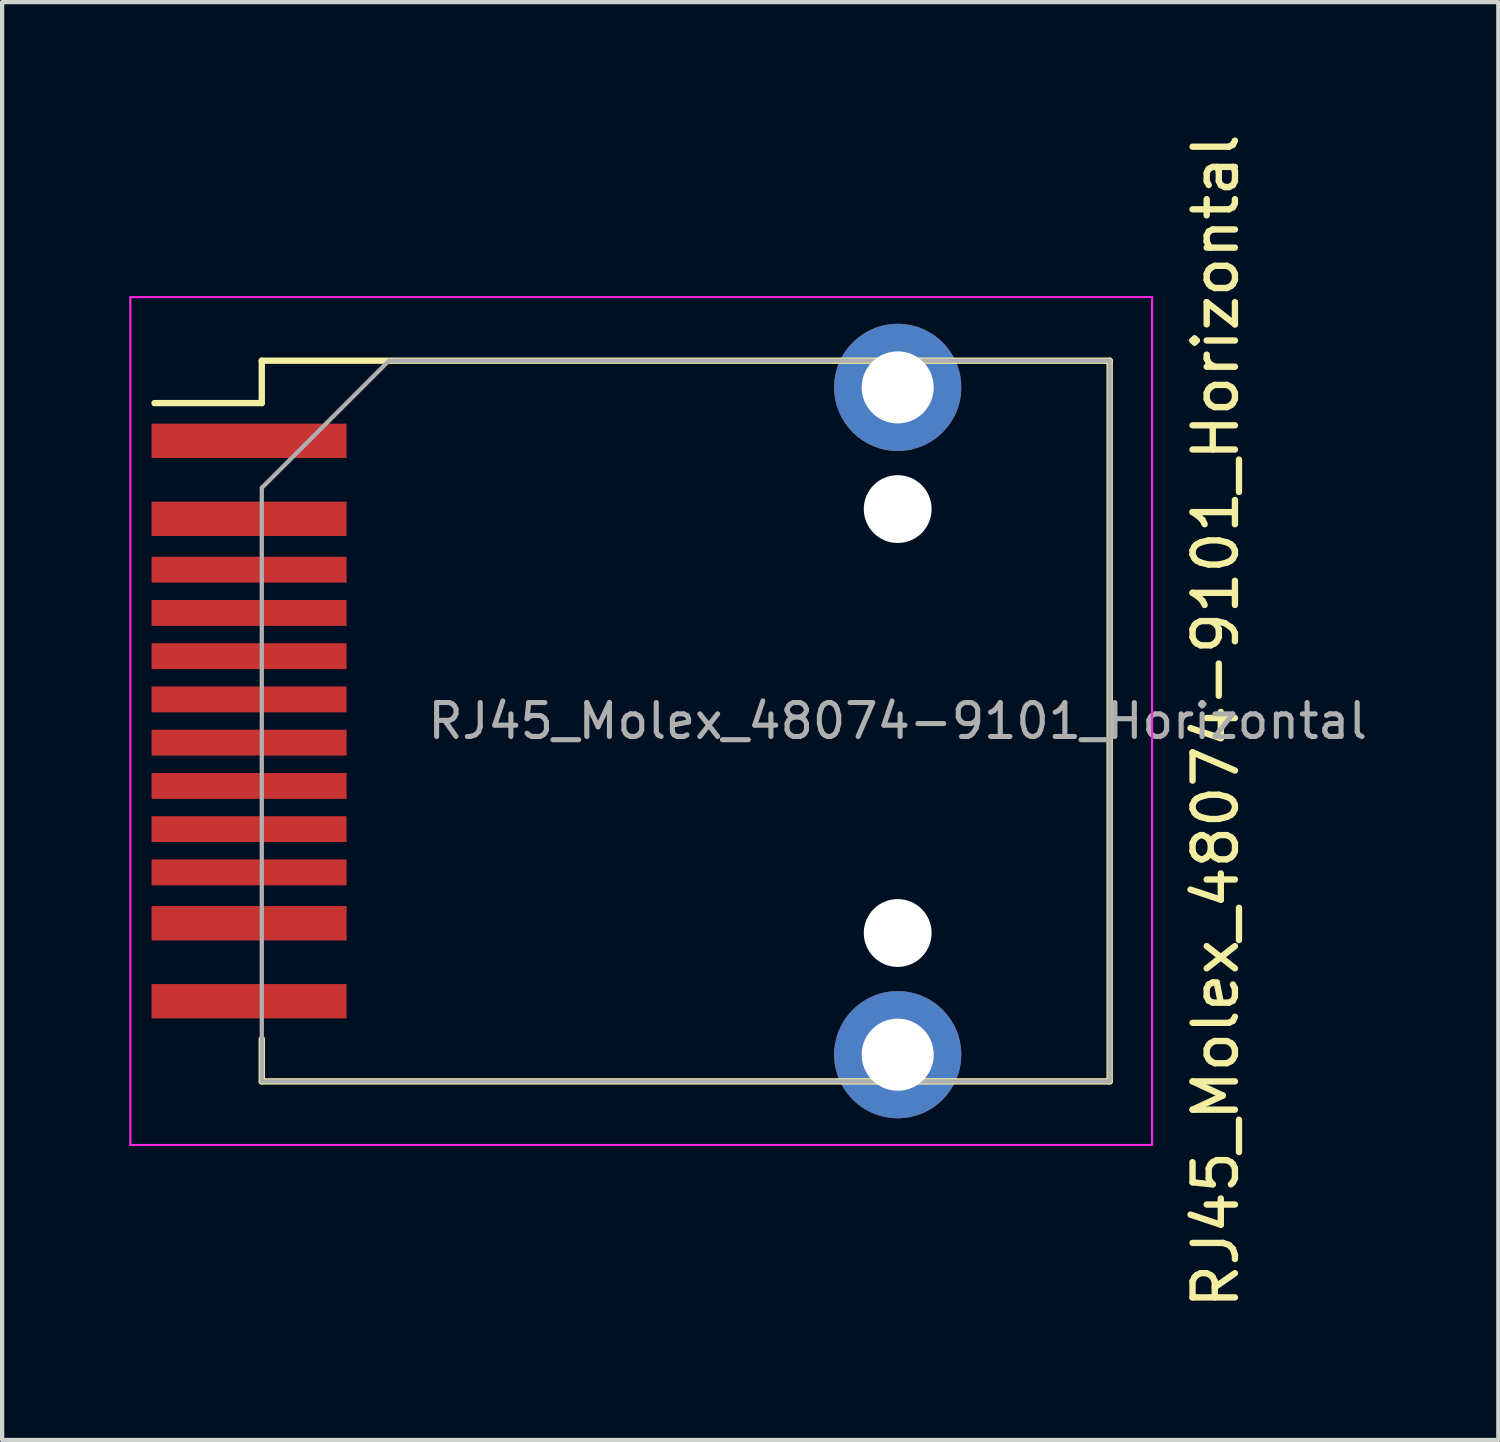
<source format=kicad_pcb>
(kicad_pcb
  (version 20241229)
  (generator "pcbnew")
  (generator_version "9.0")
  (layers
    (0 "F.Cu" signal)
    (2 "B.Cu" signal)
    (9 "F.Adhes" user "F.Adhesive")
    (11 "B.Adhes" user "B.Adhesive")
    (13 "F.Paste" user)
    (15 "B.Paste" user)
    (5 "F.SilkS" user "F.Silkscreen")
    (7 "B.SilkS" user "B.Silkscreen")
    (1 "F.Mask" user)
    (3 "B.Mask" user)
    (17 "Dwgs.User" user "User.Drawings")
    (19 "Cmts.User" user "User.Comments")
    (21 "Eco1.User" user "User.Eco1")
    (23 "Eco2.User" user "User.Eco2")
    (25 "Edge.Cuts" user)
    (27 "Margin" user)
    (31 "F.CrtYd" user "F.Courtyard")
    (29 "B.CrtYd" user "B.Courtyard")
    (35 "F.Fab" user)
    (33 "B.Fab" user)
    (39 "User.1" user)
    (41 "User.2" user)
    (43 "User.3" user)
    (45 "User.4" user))
  (footprint "RJ45_Molex_48074-9101_Horizontal"
    (layer "F.Cu")
    (at 18.125 13.958)
    (property "Reference" "RJ45_Molex_48074-9101_Horizontal" (at 7.5 0 90) (layer "F.SilkS") (effects (font (size 1 1) (thickness 0.15))))
    (attr smd)
    (fp_line (start -15 -8.5) (end -15 -7.5) (stroke (width 0.15) (type solid)) (layer "F.SilkS"))
    (fp_line (start -15 -7.5) (end -17.53 -7.5) (stroke (width 0.15) (type solid)) (layer "F.SilkS"))
    (fp_line (start -15 8.5) (end -15 7.5) (stroke (width 0.15) (type solid)) (layer "F.SilkS"))
    (fp_line (start -15 8.5) (end 5 8.5) (stroke (width 0.15) (type solid)) (layer "F.SilkS"))
    (fp_line (start 5 -8.5) (end -15 -8.5) (stroke (width 0.15) (type solid)) (layer "F.SilkS"))
    (fp_line (start 5 -8.5) (end 5 8.5) (stroke (width 0.15) (type solid)) (layer "F.SilkS"))
    (fp_line (start -18.1 -10) (end -18.1 10) (stroke (width 0.05) (type solid)) (layer "F.CrtYd"))
    (fp_line (start -18.1 -10) (end 6 -10) (stroke (width 0.05) (type solid)) (layer "F.CrtYd"))
    (fp_line (start -18.1 10) (end 6 10) (stroke (width 0.05) (type solid)) (layer "F.CrtYd"))
    (fp_line (start 6 -10) (end 6 10) (stroke (width 0.05) (type solid)) (layer "F.CrtYd"))
    (fp_line (start -15 -5.5) (end -15 8.5) (stroke (width 0.1) (type solid)) (layer "F.Fab"))
    (fp_line (start -15 -5.5) (end -12 -8.5) (stroke (width 0.1) (type solid)) (layer "F.Fab"))
    (fp_line (start -15 8.5) (end 5 8.5) (stroke (width 0.1) (type solid)) (layer "F.Fab"))
    (fp_line (start 5 -8.5) (end -12 -8.5) (stroke (width 0.1) (type solid)) (layer "F.Fab"))
    (fp_line (start 5 8.5) (end 5 -8.5) (stroke (width 0.1) (type solid)) (layer "F.Fab"))
    (fp_text user "${REFERENCE}" (at 0 0 0) (layer "F.Fab") (effects (font (size 0.8 0.8) (thickness 0.12))))
    (pad "" np_thru_hole circle (at 0 -5) (size 1.6 1.6) (drill 1.6) (layers "*.Cu" "*.Mask"))
    (pad "" np_thru_hole circle (at 0 5) (size 1.6 1.6) (drill 1.6) (layers "*.Cu" "*.Mask"))
    (pad "1" smd rect (at -15.3 -6.61) (size 4.6 0.81) (layers "F.Cu" "F.Mask" "F.Paste"))
    (pad "2" smd rect (at -15.3 -4.77) (size 4.6 0.81) (layers "F.Cu" "F.Mask" "F.Paste"))
    (pad "3" smd rect (at -15.3 -3.57) (size 4.6 0.61) (layers "F.Cu" "F.Mask" "F.Paste"))
    (pad "4" smd rect (at -15.3 -2.55) (size 4.6 0.61) (layers "F.Cu" "F.Mask" "F.Paste"))
    (pad "5" smd rect (at -15.3 -1.53) (size 4.6 0.61) (layers "F.Cu" "F.Mask" "F.Paste"))
    (pad "6" smd rect (at -15.3 -0.51) (size 4.6 0.61) (layers "F.Cu" "F.Mask" "F.Paste"))
    (pad "7" smd rect (at -15.3 0.51) (size 4.6 0.61) (layers "F.Cu" "F.Mask" "F.Paste"))
    (pad "8" smd rect (at -15.3 1.53) (size 4.6 0.61) (layers "F.Cu" "F.Mask" "F.Paste"))
    (pad "9" smd rect (at -15.3 2.55) (size 4.6 0.61) (layers "F.Cu" "F.Mask" "F.Paste"))
    (pad "10" smd rect (at -15.3 3.57) (size 4.6 0.61) (layers "F.Cu" "F.Mask" "F.Paste"))
    (pad "11" smd rect (at -15.3 4.77) (size 4.6 0.81) (layers "F.Cu" "F.Mask" "F.Paste"))
    (pad "12" smd rect (at -15.3 6.61) (size 4.6 0.81) (layers "F.Cu" "F.Mask" "F.Paste"))
    (pad "13" thru_hole circle (at 0 -7.87) (size 3 3) (drill 1.7) (layers "*.Cu" "*.Mask"))
    (pad "14" thru_hole circle (at 0 7.87) (size 3 3) (drill 1.7) (layers "*.Cu" "*.Mask")))
  (gr_rect
    (start -3 -3)
    (end 32.292 30.917)
    (stroke (width 0.1) (type default))
    (fill no)
    (layer "Edge.Cuts")))
</source>
